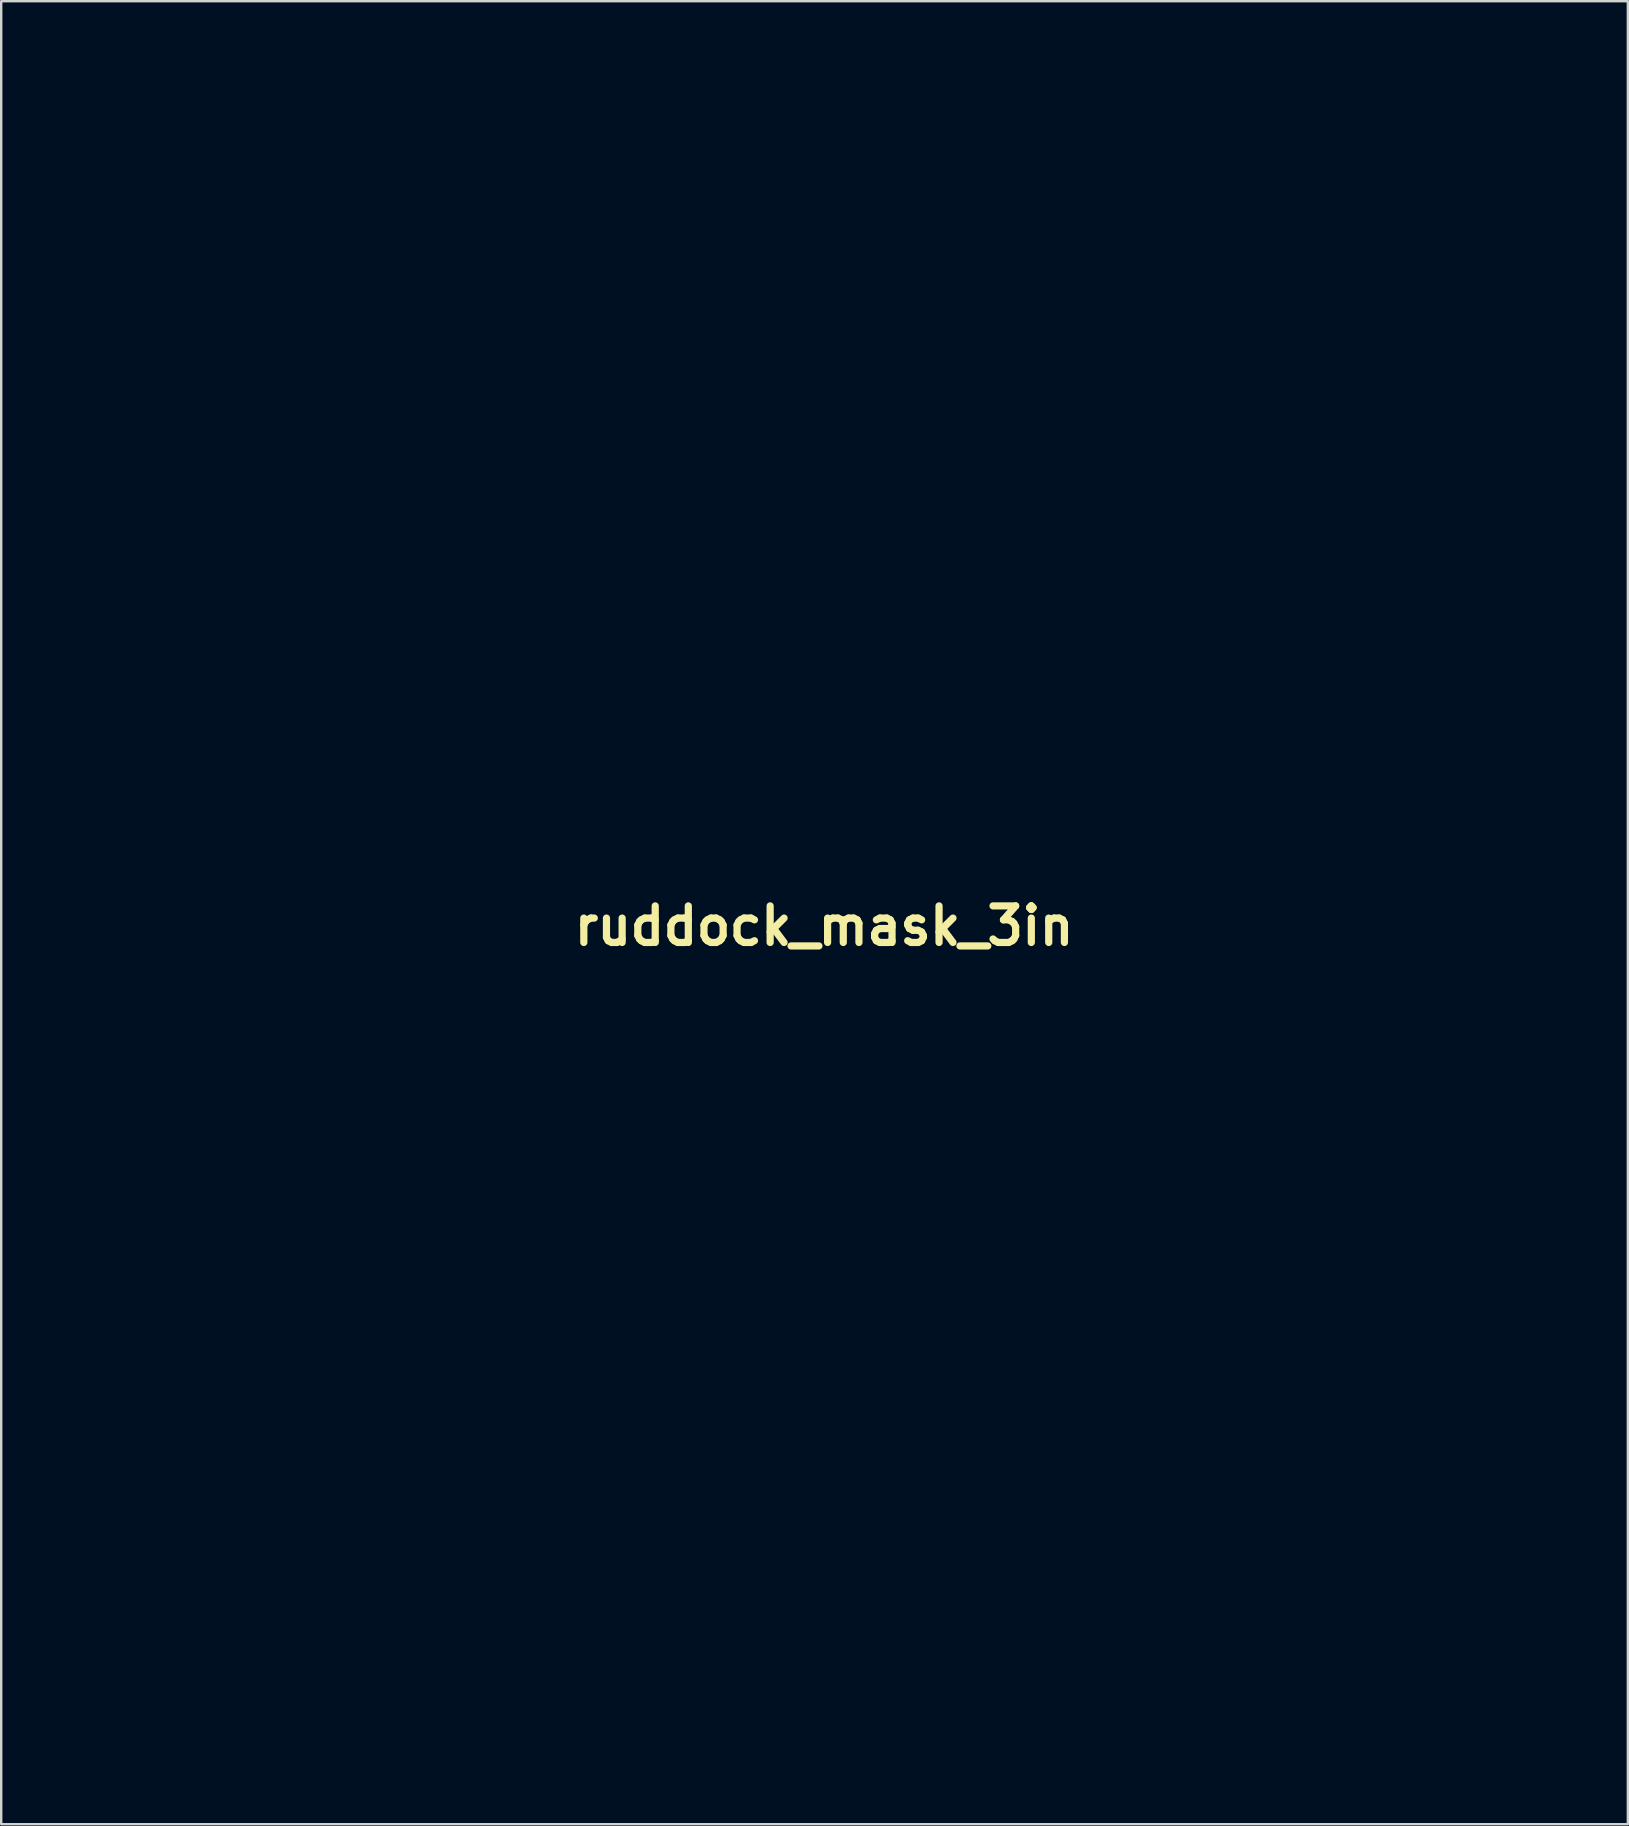
<source format=kicad_pcb>
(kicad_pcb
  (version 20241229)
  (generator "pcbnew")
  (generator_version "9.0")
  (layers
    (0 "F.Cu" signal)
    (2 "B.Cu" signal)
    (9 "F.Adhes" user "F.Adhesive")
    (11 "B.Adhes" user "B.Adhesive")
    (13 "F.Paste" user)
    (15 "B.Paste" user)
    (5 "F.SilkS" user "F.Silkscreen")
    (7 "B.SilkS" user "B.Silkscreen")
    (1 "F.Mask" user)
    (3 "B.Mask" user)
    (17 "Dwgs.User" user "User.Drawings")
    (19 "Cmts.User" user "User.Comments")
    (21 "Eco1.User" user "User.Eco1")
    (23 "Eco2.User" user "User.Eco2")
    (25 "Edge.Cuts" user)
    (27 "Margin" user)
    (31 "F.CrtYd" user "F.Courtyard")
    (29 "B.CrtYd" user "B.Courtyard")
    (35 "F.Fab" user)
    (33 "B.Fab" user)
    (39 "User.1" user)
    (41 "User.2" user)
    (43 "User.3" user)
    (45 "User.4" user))
  (footprint "ruddock_mask_3in"
    (layer "F.Cu")
    (at 31.298 35.541)
    (property "Reference" "ruddock_mask_3in" (at 0 0 0) (layer "F.SilkS") (effects (font (size 1.524 1.524) (thickness 0.3))))
    (attr through_hole)
    (fp_poly (pts (xy -19.635 14.041) (xy -19.385 14.143) (xy -19.037 14.311) (xy -18.627 14.525) (xy -18.194 14.764) (xy -17.774 15.008) (xy -17.405 15.239) (xy -17.172 15.399) (xy -16.813 15.693) (xy -16.474 16.017) (xy -16.247 16.28) (xy -16.075 16.532) (xy -15.987 16.739) (xy -15.963 16.982) (xy -15.984 17.342) (xy -15.987 17.374) (xy -16.03 17.706) (xy -16.111 18.183) (xy -16.22 18.752) (xy -16.347 19.359) (xy -16.415 19.66) (xy -16.558 20.306) (xy -16.658 20.806) (xy -16.719 21.209) (xy -16.748 21.565) (xy -16.752 21.925) (xy -16.741 22.25) (xy -16.679 22.937) (xy -16.549 23.499) (xy -16.324 24.014) (xy -15.977 24.555) (xy -15.846 24.732) (xy -15.612 25.066) (xy -15.516 25.302) (xy -15.572 25.485) (xy -15.791 25.661) (xy -16.154 25.857) (xy -16.716 26.081) (xy -17.268 26.159) (xy -17.838 26.115) (xy -18.564 25.918) (xy -19.16 25.568) (xy -19.632 25.058) (xy -19.985 24.383) (xy -20.02 24.292) (xy -20.153 23.975) (xy -20.279 23.751) (xy -20.365 23.673) (xy -20.507 23.741) (xy -20.71 23.91) (xy -20.767 23.967) (xy -21.029 24.177) (xy -21.374 24.329) (xy -21.835 24.432) (xy -22.446 24.493) (xy -22.823 24.512) (xy -23.751 24.547) (xy -23.561 24.288) (xy -23.456 24.069) (xy -23.344 23.712) (xy -23.243 23.282) (xy -23.215 23.132) (xy -23.079 22.469) (xy -22.923 21.96) (xy -22.73 21.554) (xy -22.633 21.402) (xy -22.561 21.239) (xy -22.656 21.122) (xy -22.696 21.097) (xy -23.374 20.605) (xy -23.894 20.042) (xy -24.212 19.531) (xy -24.57 18.95) (xy -24.957 18.503) (xy -25.347 18.216) (xy -25.58 18.128) (xy -25.821 18.072) (xy -25.959 18.037) (xy -25.962 17.984) (xy -25.816 17.894) (xy -25.566 17.784) (xy -25.26 17.673) (xy -24.942 17.579) (xy -24.659 17.519) (xy -24.613 17.512) (xy -24.3 17.496) (xy -24.052 17.548) (xy -23.776 17.696) (xy -23.656 17.775) (xy -23.326 17.965) (xy -22.889 18.176) (xy -22.43 18.367) (xy -22.357 18.394) (xy -21.603 18.614) (xy -20.954 18.688) (xy -20.421 18.619) (xy -20.015 18.406) (xy -19.766 18.095) (xy -19.645 17.724) (xy -19.57 17.199) (xy -19.544 16.565) (xy -19.568 15.865) (xy -19.645 15.143) (xy -19.645 15.14) (xy -19.704 14.698) (xy -19.742 14.336) (xy -19.756 14.097) (xy -19.748 14.024) (xy -19.635 14.041)) (stroke (width 0.01) (type solid)) (fill yes) (layer "F.Mask"))
    (fp_poly (pts (xy 19.507 12.387) (xy 19.517 12.577) (xy 19.544 12.918) (xy 19.585 13.372) (xy 19.636 13.905) (xy 19.693 14.481) (xy 19.753 15.065) (xy 19.812 15.62) (xy 19.866 16.112) (xy 19.912 16.504) (xy 19.946 16.761) (xy 19.964 16.848) (xy 20.113 16.871) (xy 20.411 16.82) (xy 20.82 16.709) (xy 21.305 16.546) (xy 21.828 16.344) (xy 22.29 16.143) (xy 23.027 15.838) (xy 23.785 15.585) (xy 24.518 15.395) (xy 25.175 15.282) (xy 25.709 15.258) (xy 25.744 15.26) (xy 26.161 15.291) (xy 25.637 15.626) (xy 25.138 16.049) (xy 24.656 16.665) (xy 24.195 17.469) (xy 23.995 17.89) (xy 23.832 18.241) (xy 23.692 18.459) (xy 23.52 18.601) (xy 23.258 18.722) (xy 23.066 18.795) (xy 22.735 18.936) (xy 22.487 19.075) (xy 22.38 19.175) (xy 22.417 19.326) (xy 22.579 19.563) (xy 22.75 19.752) (xy 23.04 20.1) (xy 23.247 20.494) (xy 23.382 20.888) (xy 23.534 21.309) (xy 23.726 21.711) (xy 23.895 21.978) (xy 24.065 22.209) (xy 24.156 22.368) (xy 24.161 22.406) (xy 24.049 22.404) (xy 23.802 22.357) (xy 23.566 22.299) (xy 23.167 22.222) (xy 22.679 22.168) (xy 22.263 22.15) (xy 21.832 22.137) (xy 21.516 22.086) (xy 21.225 21.974) (xy 20.955 21.83) (xy 20.398 21.511) (xy 20.456 21.906) (xy 20.515 22.283) (xy 20.577 22.653) (xy 20.58 22.669) (xy 20.561 23.111) (xy 20.371 23.578) (xy 20.13 23.912) (xy 19.742 24.209) (xy 19.211 24.404) (xy 18.57 24.489) (xy 17.858 24.458) (xy 17.628 24.423) (xy 17.157 24.355) (xy 16.662 24.307) (xy 16.329 24.29) (xy 15.741 24.282) (xy 16.106 23.962) (xy 16.443 23.599) (xy 16.712 23.147) (xy 16.939 22.557) (xy 17.005 22.336) (xy 17.099 21.936) (xy 17.152 21.508) (xy 17.162 21.025) (xy 17.127 20.458) (xy 17.047 19.78) (xy 16.918 18.964) (xy 16.739 17.983) (xy 16.713 17.847) (xy 16.583 17.156) (xy 16.468 16.511) (xy 16.372 15.946) (xy 16.302 15.495) (xy 16.263 15.19) (xy 16.256 15.094) (xy 16.283 14.755) (xy 16.384 14.476) (xy 16.585 14.229) (xy 16.912 13.982) (xy 17.395 13.705) (xy 17.595 13.6) (xy 18.065 13.341) (xy 18.517 13.061) (xy 18.887 12.799) (xy 19.067 12.648) (xy 19.332 12.417) (xy 19.478 12.344) (xy 19.507 12.387)) (stroke (width 0.01) (type solid)) (fill yes) (layer "F.Mask"))
    (fp_poly (pts (xy -26.965 -3.652) (xy -26.658 -3.555) (xy -26.335 -3.404) (xy -26.087 -3.307) (xy -25.798 -3.273) (xy -25.395 -3.292) (xy -25.319 -3.3) (xy -24.638 -3.368) (xy -24.356 -2.725) (xy -23.858 -1.821) (xy -23.221 -1.062) (xy -22.436 -0.442) (xy -21.701 -0.042) (xy -21.386 0.09) (xy -21.059 0.196) (xy -20.688 0.282) (xy -20.24 0.352) (xy -19.684 0.411) (xy -18.988 0.466) (xy -18.173 0.517) (xy -17.348 0.558) (xy -16.693 0.573) (xy -16.177 0.558) (xy -15.767 0.508) (xy -15.433 0.42) (xy -15.142 0.288) (xy -14.862 0.111) (xy -14.835 0.091) (xy -14.603 -0.067) (xy -14.455 -0.149) (xy -14.427 -0.149) (xy -14.491 -0.052) (xy -14.66 0.148) (xy -14.893 0.406) (xy -15.164 0.668) (xy -15.446 0.87) (xy -15.781 1.03) (xy -16.21 1.165) (xy -16.776 1.294) (xy -17.17 1.369) (xy -18.044 1.549) (xy -18.801 1.744) (xy -19.415 1.946) (xy -19.859 2.146) (xy -19.941 2.196) (xy -20.214 2.348) (xy -20.403 2.379) (xy -20.524 2.336) (xy -20.753 2.123) (xy -20.937 1.794) (xy -21.028 1.439) (xy -21.031 1.37) (xy -21.056 1.183) (xy -21.167 1.15) (xy -21.26 1.173) (xy -21.822 1.404) (xy -22.254 1.737) (xy -22.488 2.018) (xy -22.742 2.388) (xy -22.898 2.685) (xy -22.988 2.991) (xy -23.044 3.391) (xy -23.055 3.504) (xy -23.111 3.886) (xy -23.192 4.089) (xy -23.266 4.137) (xy -23.428 4.111) (xy -23.718 4.02) (xy -24.079 3.881) (xy -24.152 3.85) (xy -24.63 3.614) (xy -25.015 3.357) (xy -25.183 3.2) (xy -25.405 2.88) (xy -25.618 2.461) (xy -25.791 2.017) (xy -25.894 1.624) (xy -25.908 1.468) (xy -25.869 1.27) (xy -25.764 0.94) (xy -25.611 0.532) (xy -25.502 0.266) (xy -25.32 -0.175) (xy -25.166 -0.583) (xy -25.06 -0.898) (xy -25.03 -1.014) (xy -24.964 -1.344) (xy -25.41 -1.274) (xy -25.917 -1.143) (xy -26.433 -0.923) (xy -26.884 -0.65) (xy -27.18 -0.386) (xy -27.645 0.319) (xy -27.988 1.173) (xy -28.202 2.162) (xy -28.27 2.876) (xy -28.296 3.364) (xy -29.467 3.839) (xy -29.408 3.012) (xy -29.366 2.543) (xy -29.313 2.082) (xy -29.258 1.722) (xy -29.254 1.697) (xy -29.189 1.346) (xy -29.177 1.141) (xy -29.236 1.03) (xy -29.384 0.958) (xy -29.508 0.917) (xy -29.984 0.677) (xy -30.49 0.273) (xy -30.933 -0.199) (xy -31.154 -0.494) (xy -31.261 -0.752) (xy -31.292 -1.07) (xy -31.293 -1.136) (xy -31.293 -1.644) (xy -30.98 -1.381) (xy -30.581 -1.165) (xy -30.112 -1.134) (xy -29.567 -1.289) (xy -29.464 -1.334) (xy -29.007 -1.546) (xy -29.52 -1.725) (xy -29.885 -1.863) (xy -30.224 -2.007) (xy -30.346 -2.066) (xy -30.558 -2.208) (xy -30.789 -2.411) (xy -30.997 -2.627) (xy -31.134 -2.809) (xy -31.158 -2.912) (xy -31.018 -2.976) (xy -30.721 -3.067) (xy -30.31 -3.176) (xy -29.827 -3.292) (xy -29.314 -3.406) (xy -28.814 -3.506) (xy -28.37 -3.583) (xy -28.253 -3.601) (xy -27.704 -3.668) (xy -27.294 -3.687) (xy -26.965 -3.652)) (stroke (width 0.01) (type solid)) (fill yes) (layer "F.Mask"))
    (fp_poly (pts (xy 28.412 -5.908) (xy 29.149 -5.757) (xy 29.652 -5.625) (xy 29.645 -5.555) (xy 29.495 -5.406) (xy 29.233 -5.207) (xy 29.195 -5.18) (xy 28.804 -4.898) (xy 28.402 -4.585) (xy 28.143 -4.368) (xy 27.686 -3.963) (xy 28.245 -3.968) (xy 28.826 -4.013) (xy 29.254 -4.144) (xy 29.568 -4.378) (xy 29.744 -4.623) (xy 29.98 -5.029) (xy 29.95 -3.893) (xy 29.935 -3.396) (xy 29.914 -3.056) (xy 29.875 -2.829) (xy 29.808 -2.669) (xy 29.704 -2.53) (xy 29.616 -2.436) (xy 29.309 -2.153) (xy 28.985 -1.958) (xy 28.575 -1.816) (xy 28.167 -1.724) (xy 27.841 -1.652) (xy 27.612 -1.588) (xy 27.534 -1.548) (xy 27.596 -1.451) (xy 27.755 -1.256) (xy 27.88 -1.115) (xy 28.174 -0.662) (xy 28.366 -0.107) (xy 28.432 0.464) (xy 28.405 0.759) (xy 28.338 1.004) (xy 28.247 1.084) (xy 28.162 1.068) (xy 27.623 0.94) (xy 27.147 0.994) (xy 27.132 0.999) (xy 26.92 1.059) (xy 26.835 1.019) (xy 26.821 0.884) (xy 26.758 0.331) (xy 26.591 -0.324) (xy 26.341 -1.023) (xy 26.031 -1.708) (xy 25.68 -2.32) (xy 25.583 -2.464) (xy 25.41 -2.658) (xy 25.162 -2.876) (xy 24.889 -3.083) (xy 24.64 -3.243) (xy 24.463 -3.32) (xy 24.413 -3.314) (xy 24.401 -3.198) (xy 24.404 -2.914) (xy 24.421 -2.497) (xy 24.451 -1.98) (xy 24.482 -1.538) (xy 24.52 -0.944) (xy 24.545 -0.4) (xy 24.556 0.054) (xy 24.552 0.375) (xy 24.539 0.498) (xy 24.339 0.976) (xy 23.981 1.431) (xy 23.506 1.826) (xy 22.957 2.124) (xy 22.428 2.28) (xy 22.047 2.346) (xy 22.047 1.747) (xy 22.028 1.359) (xy 21.953 1.076) (xy 21.793 0.805) (xy 21.754 0.752) (xy 21.546 0.501) (xy 21.258 0.191) (xy 20.921 -0.148) (xy 20.564 -0.488) (xy 20.219 -0.801) (xy 19.916 -1.06) (xy 19.685 -1.234) (xy 19.558 -1.297) (xy 19.547 -1.293) (xy 19.55 -1.18) (xy 19.609 -0.957) (xy 19.622 -0.921) (xy 19.673 -0.51) (xy 19.583 -0.078) (xy 19.373 0.285) (xy 19.308 0.352) (xy 19.185 0.449) (xy 19.061 0.48) (xy 18.876 0.443) (xy 18.568 0.336) (xy 18.519 0.319) (xy 18.104 0.192) (xy 17.602 0.075) (xy 17.17 0.001) (xy 16.182 -0.166) (xy 15.387 -0.376) (xy 14.777 -0.634) (xy 14.348 -0.94) (xy 14.284 -1.005) (xy 14.175 -1.136) (xy 14.166 -1.199) (xy 14.282 -1.196) (xy 14.55 -1.129) (xy 14.813 -1.054) (xy 15.428 -0.953) (xy 16.163 -0.96) (xy 16.969 -1.067) (xy 17.799 -1.266) (xy 18.604 -1.549) (xy 19.05 -1.752) (xy 19.491 -2.024) (xy 20.013 -2.423) (xy 20.578 -2.914) (xy 21.147 -3.459) (xy 21.682 -4.021) (xy 22.146 -4.564) (xy 22.499 -5.051) (xy 22.549 -5.131) (xy 22.697 -5.377) (xy 22.793 -5.535) (xy 22.811 -5.564) (xy 22.907 -5.549) (xy 23.131 -5.482) (xy 23.263 -5.437) (xy 23.747 -5.317) (xy 24.27 -5.299) (xy 24.875 -5.383) (xy 25.605 -5.574) (xy 25.667 -5.593) (xy 26.447 -5.81) (xy 27.123 -5.935) (xy 27.757 -5.967) (xy 28.412 -5.908)) (stroke (width 0.01) (type solid)) (fill yes) (layer "F.Mask"))
    (fp_poly (pts (xy 25.105 -2.155) (xy 25.222 -1.95) (xy 25.381 -1.636) (xy 25.564 -1.253) (xy 25.751 -0.842) (xy 25.924 -0.441) (xy 26.065 -0.091) (xy 26.156 0.169) (xy 26.165 0.203) (xy 26.267 0.677) (xy 26.304 1.122) (xy 26.275 1.606) (xy 26.18 2.196) (xy 26.142 2.387) (xy 26.073 2.735) (xy 26.033 3.012) (xy 26.023 3.273) (xy 26.044 3.569) (xy 26.097 3.952) (xy 26.185 4.476) (xy 26.2 4.565) (xy 26.37 5.459) (xy 26.544 6.173) (xy 26.728 6.731) (xy 26.931 7.157) (xy 27.072 7.369) (xy 27.33 7.642) (xy 27.716 7.946) (xy 28.249 8.294) (xy 28.943 8.695) (xy 29.448 8.968) (xy 30.493 9.523) (xy 30.105 9.677) (xy 29.442 9.895) (xy 28.838 10.005) (xy 28.335 9.999) (xy 28.197 9.971) (xy 27.936 9.913) (xy 27.771 9.902) (xy 27.75 9.91) (xy 27.771 10.015) (xy 27.886 10.212) (xy 27.922 10.263) (xy 28.144 10.567) (xy 28.369 10.877) (xy 28.372 10.88) (xy 28.485 11.063) (xy 28.553 11.264) (xy 28.584 11.54) (xy 28.591 11.948) (xy 28.589 12.084) (xy 28.576 12.543) (xy 28.55 12.972) (xy 28.517 13.294) (xy 28.507 13.353) (xy 28.436 13.732) (xy 27.938 13.267) (xy 27.585 12.977) (xy 27.299 12.822) (xy 27.191 12.802) (xy 26.933 12.716) (xy 26.653 12.483) (xy 26.642 12.471) (xy 26.396 12.199) (xy 26.101 11.873) (xy 25.946 11.701) (xy 25.549 11.261) (xy 25.054 11.985) (xy 24.82 12.307) (xy 24.617 12.546) (xy 24.478 12.665) (xy 24.449 12.671) (xy 24.341 12.574) (xy 24.158 12.352) (xy 23.938 12.05) (xy 23.903 12) (xy 23.678 11.657) (xy 23.548 11.398) (xy 23.488 11.144) (xy 23.472 10.818) (xy 23.472 10.687) (xy 23.502 10.225) (xy 23.579 9.694) (xy 23.675 9.252) (xy 23.823 8.591) (xy 23.87 8.103) (xy 23.814 7.788) (xy 23.792 7.747) (xy 23.666 7.717) (xy 23.439 7.802) (xy 23.155 7.974) (xy 22.859 8.206) (xy 22.592 8.469) (xy 22.507 8.572) (xy 22.361 8.802) (xy 22.251 9.081) (xy 22.162 9.462) (xy 22.087 9.929) (xy 21.999 10.444) (xy 21.887 10.965) (xy 21.771 11.403) (xy 21.73 11.532) (xy 21.602 11.852) (xy 21.422 12.25) (xy 21.212 12.681) (xy 20.995 13.102) (xy 20.794 13.469) (xy 20.63 13.738) (xy 20.526 13.867) (xy 20.525 13.867) (xy 20.47 13.801) (xy 20.401 13.579) (xy 20.334 13.246) (xy 20.323 13.183) (xy 20.256 12.768) (xy 20.169 12.232) (xy 20.074 11.654) (xy 20.009 11.261) (xy 19.932 10.79) (xy 19.868 10.393) (xy 19.825 10.112) (xy 19.809 9.991) (xy 19.768 10.031) (xy 19.663 10.216) (xy 19.515 10.508) (xy 19.5 10.539) (xy 19.168 11.1) (xy 18.747 11.628) (xy 18.28 12.08) (xy 17.81 12.412) (xy 17.526 12.542) (xy 16.913 12.77) (xy 16.461 12.997) (xy 16.133 13.261) (xy 15.889 13.594) (xy 15.692 14.033) (xy 15.6 14.3) (xy 15.489 14.628) (xy 15.418 14.788) (xy 15.367 14.807) (xy 15.316 14.71) (xy 15.31 14.695) (xy 15.227 14.386) (xy 15.145 13.925) (xy 15.071 13.364) (xy 15.011 12.753) (xy 14.968 12.143) (xy 14.949 11.586) (xy 14.952 11.293) (xy 14.971 10.796) (xy 15.003 10.434) (xy 15.064 10.14) (xy 15.17 9.846) (xy 15.338 9.484) (xy 15.434 9.288) (xy 15.806 8.622) (xy 16.211 8.081) (xy 16.478 7.798) (xy 17.074 7.214) (xy 16.652 7.214) (xy 16.125 7.116) (xy 15.632 6.838) (xy 15.189 6.402) (xy 14.815 5.83) (xy 14.529 5.145) (xy 14.358 4.429) (xy 14.326 4.177) (xy 14.356 4.078) (xy 14.476 4.084) (xy 14.539 4.101) (xy 15.159 4.23) (xy 15.633 4.222) (xy 15.949 4.086) (xy 16.2 3.883) (xy 15.834 3.73) (xy 15.587 3.586) (xy 15.386 3.358) (xy 15.183 2.994) (xy 14.898 2.411) (xy 15.236 1.785) (xy 15.439 1.363) (xy 15.527 1.046) (xy 15.526 0.834) (xy 15.503 0.612) (xy 15.51 0.509) (xy 15.512 0.508) (xy 15.597 0.569) (xy 15.813 0.739) (xy 16.131 0.996) (xy 16.525 1.318) (xy 16.836 1.575) (xy 17.272 1.931) (xy 17.653 2.237) (xy 17.952 2.471) (xy 18.143 2.611) (xy 18.197 2.642) (xy 18.271 2.556) (xy 18.327 2.397) (xy 18.423 2.224) (xy 18.631 1.954) (xy 18.918 1.626) (xy 19.151 1.382) (xy 19.914 0.612) (xy 19.914 1.281) (xy 19.922 1.654) (xy 19.962 1.892) (xy 20.056 2.066) (xy 20.227 2.243) (xy 20.228 2.244) (xy 20.56 2.484) (xy 20.97 2.64) (xy 21.493 2.719) (xy 22.167 2.729) (xy 22.352 2.723) (xy 22.955 2.678) (xy 23.417 2.586) (xy 23.801 2.423) (xy 24.166 2.166) (xy 24.468 1.894) (xy 24.799 1.542) (xy 25.033 1.193) (xy 25.178 0.808) (xy 25.243 0.348) (xy 25.238 -0.225) (xy 25.172 -0.951) (xy 25.159 -1.067) (xy 25.107 -1.518) (xy 25.068 -1.887) (xy 25.048 -2.133) (xy 25.047 -2.213) (xy 25.105 -2.155)) (stroke (width 0.01) (type solid)) (fill yes) (layer "F.Mask"))
    (fp_poly (pts (xy 0.784 -35.521) (xy 0.793 -35.402) (xy 0.762 -35.155) (xy 0.733 -35.008) (xy 0.688 -34.704) (xy 0.727 -34.563) (xy 0.865 -34.58) (xy 1.117 -34.753) (xy 1.282 -34.89) (xy 1.783 -35.217) (xy 2.318 -35.39) (xy 2.845 -35.404) (xy 3.321 -35.255) (xy 3.506 -35.135) (xy 3.71 -34.943) (xy 3.73 -34.814) (xy 3.565 -34.723) (xy 3.48 -34.7) (xy 3.173 -34.588) (xy 2.813 -34.406) (xy 2.461 -34.192) (xy 2.177 -33.982) (xy 2.022 -33.814) (xy 1.952 -33.59) (xy 2.028 -33.485) (xy 2.226 -33.506) (xy 2.525 -33.659) (xy 2.546 -33.672) (xy 3.003 -33.921) (xy 3.409 -34.006) (xy 3.826 -33.931) (xy 4.145 -33.792) (xy 4.473 -33.646) (xy 4.761 -33.55) (xy 4.893 -33.528) (xy 5.118 -33.528) (xy 4.91 -33.334) (xy 4.766 -33.157) (xy 4.565 -32.855) (xy 4.344 -32.485) (xy 4.276 -32.364) (xy 3.88 -31.758) (xy 3.466 -31.354) (xy 3.033 -31.151) (xy 2.58 -31.149) (xy 2.277 -31.253) (xy 2.032 -31.359) (xy 1.897 -31.371) (xy 1.802 -31.292) (xy 1.782 -31.264) (xy 1.675 -31.154) (xy 1.567 -31.196) (xy 1.491 -31.267) (xy 1.325 -31.374) (xy 1.21 -31.324) (xy 1.034 -31.264) (xy 0.697 -31.251) (xy 0.473 -31.264) (xy -0.152 -31.316) (xy 0.192 -31.054) (xy 0.785 -30.505) (xy 1.342 -29.802) (xy 1.833 -28.997) (xy 2.226 -28.138) (xy 2.493 -27.277) (xy 2.499 -27.25) (xy 2.574 -26.864) (xy 2.615 -26.499) (xy 2.625 -26.094) (xy 2.607 -25.586) (xy 2.582 -25.203) (xy 2.516 -23.928) (xy 2.497 -22.699) (xy 2.521 -21.54) (xy 2.588 -20.475) (xy 2.695 -19.529) (xy 2.842 -18.725) (xy 3.025 -18.088) (xy 3.103 -17.898) (xy 3.489 -17.201) (xy 3.933 -16.69) (xy 4.452 -16.355) (xy 5.061 -16.184) (xy 5.499 -16.154) (xy 6.043 -16.195) (xy 6.461 -16.323) (xy 6.529 -16.358) (xy 6.76 -16.47) (xy 6.895 -16.514) (xy 6.909 -16.507) (xy 6.866 -16.393) (xy 6.758 -16.159) (xy 6.66 -15.961) (xy 6.333 -15.46) (xy 5.945 -15.099) (xy 5.528 -14.906) (xy 5.458 -14.893) (xy 4.76 -14.808) (xy 4.183 -14.793) (xy 3.658 -14.845) (xy 3.658 -14.845) (xy 2.849 -15.046) (xy 2.186 -15.36) (xy 1.965 -15.513) (xy 1.618 -15.778) (xy 0.326 -15.506) (xy -0.212 -15.395) (xy -0.604 -15.325) (xy -0.901 -15.292) (xy -1.157 -15.293) (xy -1.424 -15.325) (xy -1.728 -15.381) (xy -2.141 -15.468) (xy -2.512 -15.558) (xy -2.765 -15.634) (xy -2.776 -15.638) (xy -2.967 -15.688) (xy -3.147 -15.656) (xy -3.386 -15.523) (xy -3.513 -15.438) (xy -4.029 -15.121) (xy -4.495 -14.933) (xy -4.995 -14.847) (xy -5.377 -14.834) (xy -6.369 -14.907) (xy -7.238 -15.132) (xy -7.671 -15.32) (xy -8.179 -15.579) (xy -7.823 -15.668) (xy -7.11 -15.863) (xy -6.557 -16.064) (xy -6.131 -16.302) (xy -5.801 -16.609) (xy -5.536 -17.015) (xy -5.302 -17.552) (xy -5.069 -18.251) (xy -5.017 -18.422) (xy -4.929 -18.739) (xy -4.86 -19.056) (xy -4.806 -19.411) (xy -4.763 -19.841) (xy -4.726 -20.382) (xy -4.691 -21.074) (xy -4.676 -21.438) (xy -4.645 -22.215) (xy -4.617 -23.046) (xy -4.591 -23.865) (xy -4.572 -24.607) (xy -4.56 -25.18) (xy -4.553 -25.811) (xy -4.56 -26.268) (xy -4.589 -26.579) (xy -4.65 -26.771) (xy -4.749 -26.873) (xy -4.897 -26.914) (xy -5.086 -26.922) (xy -5.305 -26.951) (xy -5.601 -27.024) (xy -5.927 -27.125) (xy -6.235 -27.237) (xy -6.478 -27.343) (xy -6.61 -27.426) (xy -6.604 -27.464) (xy -6.444 -27.491) (xy -6.13 -27.519) (xy -5.712 -27.545) (xy -5.356 -27.561) (xy -4.737 -27.601) (xy -4.316 -27.667) (xy -4.095 -27.759) (xy -4.074 -27.876) (xy -4.105 -27.913) (xy -4.23 -27.944) (xy -4.518 -27.975) (xy -4.929 -28.002) (xy -5.421 -28.022) (xy -5.52 -28.025) (xy -6.024 -28.044) (xy -6.455 -28.071) (xy -6.772 -28.102) (xy -6.934 -28.135) (xy -6.943 -28.141) (xy -6.932 -28.211) (xy -6.757 -28.262) (xy -6.458 -28.293) (xy -6.073 -28.303) (xy -5.641 -28.291) (xy -5.2 -28.256) (xy -4.791 -28.198) (xy -4.736 -28.188) (xy -4.256 -28.103) (xy -3.944 -28.074) (xy -3.772 -28.1) (xy -3.739 -28.123) (xy -3.742 -28.229) (xy -3.913 -28.355) (xy -4.221 -28.494) (xy -4.632 -28.635) (xy -5.114 -28.769) (xy -5.635 -28.888) (xy -6.163 -28.981) (xy -6.664 -29.041) (xy -7.033 -29.057) (xy -7.339 -29.015) (xy -7.723 -28.906) (xy -7.972 -28.81) (xy -8.532 -28.562) (xy -8.379 -28.937) (xy -8.06 -29.462) (xy -7.596 -29.868) (xy -7.024 -30.126) (xy -6.848 -30.167) (xy -6.274 -30.285) (xy -5.867 -30.393) (xy -5.589 -30.505) (xy -5.405 -30.634) (xy -5.311 -30.744) (xy -5.032 -31.131) (xy -4.821 -31.381) (xy -4.64 -31.52) (xy -2.902 -31.52) (xy -2.802 -31.504) (xy -2.671 -31.523) (xy -2.669 -31.557) (xy -2.805 -31.582) (xy -2.864 -31.565) (xy -2.902 -31.52) (xy -4.64 -31.52) (xy -4.637 -31.523) (xy -4.435 -31.59) (xy -4.174 -31.613) (xy -4.131 -31.615) (xy -3.855 -31.626) (xy -3.772 -31.64) (xy -3.871 -31.659) (xy -3.988 -31.672) (xy -4.239 -31.716) (xy -4.347 -31.809) (xy -4.369 -31.995) (xy -4.308 -32.23) (xy -4.159 -32.491) (xy -3.973 -32.709) (xy -3.797 -32.815) (xy -3.776 -32.817) (xy -3.677 -32.732) (xy -3.628 -32.614) (xy -3.529 -32.44) (xy -3.362 -32.448) (xy -3.118 -32.637) (xy -3.094 -32.66) (xy -2.928 -32.88) (xy -2.856 -33.155) (xy -2.845 -33.404) (xy -2.818 -33.759) (xy -2.72 -33.995) (xy -2.61 -34.12) (xy -2.278 -34.301) (xy -1.883 -34.318) (xy -1.524 -34.188) (xy -1.258 -34.065) (xy -1.099 -34.089) (xy -1.009 -34.284) (xy -0.972 -34.481) (xy -0.887 -34.8) (xy -0.755 -35.053) (xy -0.71 -35.104) (xy -0.536 -35.203) (xy -0.251 -35.313) (xy 0.085 -35.416) (xy 0.41 -35.496) (xy 0.665 -35.536) (xy 0.784 -35.521)) (stroke (width 0.01) (type solid)) (fill yes) (layer "F.Mask"))
    (fp_poly (pts (xy 20.027 -27.022) (xy 20.063 -26.796) (xy 20.092 -26.443) (xy 20.107 -26.038) (xy 20.107 -26.032) (xy 20.096 -25.571) (xy 20.038 -25.223) (xy 19.916 -24.898) (xy 19.867 -24.799) (xy 19.561 -24.345) (xy 19.161 -23.965) (xy 18.717 -23.696) (xy 18.28 -23.574) (xy 18.204 -23.571) (xy 17.93 -23.549) (xy 17.752 -23.492) (xy 17.73 -23.471) (xy 17.742 -23.333) (xy 17.84 -23.091) (xy 17.927 -22.929) (xy 18.134 -22.47) (xy 18.171 -22.048) (xy 18.036 -21.613) (xy 17.831 -21.262) (xy 17.619 -20.91) (xy 17.51 -20.598) (xy 17.5 -20.266) (xy 17.585 -19.857) (xy 17.713 -19.449) (xy 17.787 -19.222) (xy 17.843 -19.014) (xy 17.883 -18.796) (xy 17.909 -18.536) (xy 17.923 -18.204) (xy 17.926 -17.769) (xy 17.92 -17.199) (xy 17.907 -16.465) (xy 17.903 -16.253) (xy 17.856 -13.761) (xy 18.164 -13.155) (xy 18.359 -12.801) (xy 18.556 -12.491) (xy 18.69 -12.318) (xy 18.932 -12.095) (xy 19.178 -11.915) (xy 19.377 -11.813) (xy 19.467 -11.813) (xy 19.533 -11.976) (xy 19.594 -12.298) (xy 19.645 -12.736) (xy 19.683 -13.246) (xy 19.705 -13.783) (xy 19.708 -14.304) (xy 19.689 -14.734) (xy 19.654 -15.84) (xy 19.713 -16.87) (xy 19.86 -17.789) (xy 20.093 -18.564) (xy 20.164 -18.73) (xy 20.396 -19.184) (xy 20.603 -19.466) (xy 20.769 -19.587) (xy 20.969 -19.675) (xy 21.061 -19.71) (xy 21.074 -19.619) (xy 21.083 -19.391) (xy 21.084 -19.278) (xy 21.14 -18.901) (xy 21.312 -18.428) (xy 21.49 -18.055) (xy 21.682 -17.697) (xy 21.848 -17.418) (xy 21.962 -17.261) (xy 21.988 -17.242) (xy 22.071 -17.317) (xy 22.179 -17.531) (xy 22.242 -17.696) (xy 22.33 -17.918) (xy 22.444 -18.101) (xy 22.622 -18.279) (xy 22.899 -18.488) (xy 23.312 -18.766) (xy 23.334 -18.78) (xy 23.803 -19.11) (xy 24.196 -19.429) (xy 24.469 -19.701) (xy 24.527 -19.777) (xy 24.79 -20.164) (xy 24.79 -19.732) (xy 24.83 -19.4) (xy 24.934 -18.989) (xy 25.04 -18.685) (xy 25.191 -18.242) (xy 25.311 -17.76) (xy 25.357 -17.481) (xy 25.384 -17.115) (xy 25.352 -16.85) (xy 25.241 -16.585) (xy 25.145 -16.416) (xy 25.002 -16.143) (xy 24.929 -15.943) (xy 24.931 -15.878) (xy 25.048 -15.879) (xy 25.32 -15.928) (xy 25.704 -16.017) (xy 26.137 -16.131) (xy 26.722 -16.285) (xy 27.298 -16.425) (xy 27.822 -16.541) (xy 28.248 -16.623) (xy 28.534 -16.661) (xy 28.576 -16.662) (xy 28.553 -16.601) (xy 28.407 -16.438) (xy 28.169 -16.207) (xy 28.125 -16.167) (xy 27.7 -15.704) (xy 27.278 -15.093) (xy 27.033 -14.668) (xy 26.771 -14.198) (xy 26.536 -13.805) (xy 26.301 -13.452) (xy 26.036 -13.101) (xy 25.714 -12.713) (xy 25.306 -12.25) (xy 24.838 -11.735) (xy 24.324 -11.153) (xy 23.94 -10.657) (xy 23.662 -10.2) (xy 23.465 -9.736) (xy 23.327 -9.217) (xy 23.224 -8.595) (xy 23.211 -8.497) (xy 23.019 -7.505) (xy 22.699 -6.564) (xy 22.535 -6.18) (xy 22.38 -5.873) (xy 22.203 -5.597) (xy 21.97 -5.307) (xy 21.65 -4.958) (xy 21.295 -4.592) (xy 20.648 -3.968) (xy 19.976 -3.385) (xy 19.31 -2.865) (xy 18.68 -2.432) (xy 18.12 -2.109) (xy 17.689 -1.929) (xy 17.3 -1.826) (xy 16.81 -1.721) (xy 16.321 -1.633) (xy 16.285 -1.627) (xy 15.45 -1.5) (xy 14.532 -1.867) (xy 13.932 -2.142) (xy 13.23 -2.529) (xy 12.414 -3.035) (xy 11.473 -3.667) (xy 10.414 -4.419) (xy 9.988 -4.722) (xy 9.59 -4.995) (xy 9.266 -5.207) (xy 9.068 -5.324) (xy 8.738 -5.492) (xy 8.738 -5.142) (xy 8.748 -4.958) (xy 8.806 -4.831) (xy 8.953 -4.726) (xy 9.229 -4.606) (xy 9.425 -4.53) (xy 9.732 -4.401) (xy 10.001 -4.253) (xy 10.272 -4.056) (xy 10.588 -3.777) (xy 10.989 -3.387) (xy 11.103 -3.274) (xy 11.557 -2.804) (xy 11.883 -2.431) (xy 12.108 -2.121) (xy 12.258 -1.839) (xy 12.295 -1.748) (xy 12.406 -1.44) (xy 12.48 -1.209) (xy 12.497 -1.127) (xy 12.415 -1.002) (xy 12.19 -0.983) (xy 11.851 -1.068) (xy 11.608 -1.167) (xy 11.243 -1.328) (xy 11.024 -1.399) (xy 10.914 -1.379) (xy 10.875 -1.266) (xy 10.871 -1.139) (xy 10.929 -0.907) (xy 11.119 -0.631) (xy 11.365 -0.37) (xy 11.629 -0.098) (xy 11.769 0.094) (xy 11.813 0.258) (xy 11.793 0.439) (xy 11.686 0.675) (xy 11.475 0.787) (xy 11.143 0.776) (xy 10.675 0.643) (xy 10.328 0.508) (xy 9.568 0.192) (xy 9.4 -0.59) (xy 9.317 -0.973) (xy 9.248 -1.281) (xy 9.206 -1.458) (xy 9.201 -1.473) (xy 9.149 -1.436) (xy 9.035 -1.249) (xy 8.883 -0.947) (xy 8.821 -0.815) (xy 8.472 -0.055) (xy 7.647 -1.27) (xy 7.698 -2.499) (xy 7.716 -3.024) (xy 7.718 -3.38) (xy 7.701 -3.603) (xy 7.662 -3.726) (xy 7.597 -3.785) (xy 7.582 -3.791) (xy 7.475 -3.797) (xy 7.427 -3.678) (xy 7.417 -3.446) (xy 7.322 -2.959) (xy 7.181 -2.691) (xy 6.946 -2.344) (xy 6.731 -2.786) (xy 6.622 -3.039) (xy 6.568 -3.274) (xy 6.561 -3.561) (xy 6.593 -3.971) (xy 6.598 -4.027) (xy 6.68 -4.826) (xy 6.017 -5.511) (xy 5.498 -5.219) (xy 5.188 -5.025) (xy 5.028 -4.862) (xy 4.979 -4.689) (xy 4.979 -4.671) (xy 5.043 -4.354) (xy 5.232 -3.896) (xy 5.54 -3.307) (xy 5.959 -2.601) (xy 6.482 -1.789) (xy 6.683 -1.491) (xy 7.069 -0.917) (xy 7.355 -0.471) (xy 7.559 -0.118) (xy 7.701 0.177) (xy 7.799 0.451) (xy 7.867 0.713) (xy 7.95 1.138) (xy 8.008 1.548) (xy 8.026 1.823) (xy 8.026 2.235) (xy 13.818 2.235) (xy 13.818 14.888) (xy 13.818 27.54) (xy 13.574 28.021) (xy 13.332 28.443) (xy 13.023 28.9) (xy 12.689 29.338) (xy 12.372 29.703) (xy 12.119 29.935) (xy 11.693 30.204) (xy 11.099 30.511) (xy 10.364 30.847) (xy 9.519 31.198) (xy 8.591 31.554) (xy 7.608 31.902) (xy 6.6 32.231) (xy 6.198 32.355) (xy 5.163 32.668) (xy 4.304 32.935) (xy 3.599 33.164) (xy 3.028 33.363) (xy 2.569 33.54) (xy 2.202 33.703) (xy 1.906 33.859) (xy 1.66 34.018) (xy 1.448 34.183) (xy 1.231 34.346) (xy 1.075 34.431) (xy 1.052 34.434) (xy 0.929 34.393) (xy 0.66 34.288) (xy 0.287 34.134) (xy -0.102 33.97) (xy -0.639 33.749) (xy -1.123 33.572) (xy -1.601 33.429) (xy -2.116 33.308) (xy -2.715 33.198) (xy -3.443 33.089) (xy -3.981 33.015) (xy -5.056 32.859) (xy -5.996 32.687) (xy -6.871 32.485) (xy -7.749 32.237) (xy -8.65 31.944) (xy -9.909 31.482) (xy -10.987 31.017) (xy -11.906 30.533) (xy -12.687 30.016) (xy -13.353 29.453) (xy -13.925 28.829) (xy -14.339 28.263) (xy -14.833 27.52) (xy -14.859 16.63) (xy -14.884 6.024) (xy -10.058 6.024) (xy -10.029 6.149) (xy -9.919 6.269) (xy -9.696 6.407) (xy -9.325 6.587) (xy -9.191 6.648) (xy -8.664 6.921) (xy -8.227 7.219) (xy -7.909 7.515) (xy -7.741 7.785) (xy -7.722 7.891) (xy -7.646 8.009) (xy -7.447 8.206) (xy -7.166 8.442) (xy -7.13 8.47) (xy -6.686 8.846) (xy -6.33 9.214) (xy -6.091 9.542) (xy -5.995 9.798) (xy -5.994 9.816) (xy -5.924 9.987) (xy -5.744 10.214) (xy -5.639 10.319) (xy -5.382 10.617) (xy -5.283 10.884) (xy -5.283 10.897) (xy -5.201 11.143) (xy -4.939 11.382) (xy -4.925 11.392) (xy -4.682 11.603) (xy -4.522 11.829) (xy -4.502 11.883) (xy -4.485 12.2) (xy -4.544 12.619) (xy -4.662 13.067) (xy -4.823 13.465) (xy -4.889 13.583) (xy -5.085 13.818) (xy -5.411 14.123) (xy -5.822 14.462) (xy -6.272 14.801) (xy -6.718 15.104) (xy -7.113 15.337) (xy -7.187 15.374) (xy -7.46 15.497) (xy -7.646 15.53) (xy -7.836 15.477) (xy -7.978 15.412) (xy -8.276 15.298) (xy -8.539 15.241) (xy -8.571 15.24) (xy -8.766 15.309) (xy -9.041 15.488) (xy -9.351 15.738) (xy -9.651 16.017) (xy -9.896 16.284) (xy -10.039 16.499) (xy -10.058 16.573) (xy -9.98 16.771) (xy -9.786 16.849) (xy -9.541 16.781) (xy -9.53 16.775) (xy -9.418 16.715) (xy -9.424 16.764) (xy -9.55 16.945) (xy -9.563 16.963) (xy -9.705 17.223) (xy -9.672 17.387) (xy -9.459 17.46) (xy -9.183 17.457) (xy -8.92 17.452) (xy -8.782 17.522) (xy -8.694 17.709) (xy -8.687 17.729) (xy -8.526 17.988) (xy -8.302 18.068) (xy -8.062 17.96) (xy -7.961 17.851) (xy -7.822 17.688) (xy -7.708 17.671) (xy -7.525 17.79) (xy -7.52 17.793) (xy -7.23 17.926) (xy -6.981 17.901) (xy -6.821 17.733) (xy -6.788 17.59) (xy -6.766 17.272) (xy -6.751 17.069) (xy -6.732 16.822) (xy -6.719 16.689) (xy -6.624 16.581) (xy -6.388 16.423) (xy -6.057 16.241) (xy -5.678 16.06) (xy -5.3 15.905) (xy -5.158 15.856) (xy -4.92 15.795) (xy -4.723 15.804) (xy -4.485 15.897) (xy -4.273 16.009) (xy -3.87 16.259) (xy -3.38 16.61) (xy -2.86 17.015) (xy -2.366 17.43) (xy -1.955 17.811) (xy -1.797 17.975) (xy -1.567 18.241) (xy -1.443 18.431) (xy -1.441 18.559) (xy -1.579 18.638) (xy -1.873 18.678) (xy -2.342 18.693) (xy -2.792 18.694) (xy -4.161 18.694) (xy -4.339 18.966) (xy -4.47 19.279) (xy -4.504 19.688) (xy -4.441 20.22) (xy -4.28 20.901) (xy -4.264 20.957) (xy -4.148 21.387) (xy -4.086 21.673) (xy -4.076 21.865) (xy -4.113 22.013) (xy -4.17 22.125) (xy -4.444 22.426) (xy -4.845 22.638) (xy -5.309 22.745) (xy -5.772 22.726) (xy -6.029 22.646) (xy -6.263 22.458) (xy -6.443 22.178) (xy -6.502 21.939) (xy -6.554 21.798) (xy -6.683 21.568) (xy -6.729 21.495) (xy -7.023 21.2) (xy -7.388 21.094) (xy -7.812 21.178) (xy -7.899 21.216) (xy -8.155 21.366) (xy -8.221 21.489) (xy -8.128 21.59) (xy -8.03 21.713) (xy -8.125 21.826) (xy -8.306 21.892) (xy -8.586 21.995) (xy -8.892 22.151) (xy -8.915 22.165) (xy -9.176 22.398) (xy -9.24 22.642) (xy -9.105 22.875) (xy -8.946 22.993) (xy -8.771 23.111) (xy -8.692 23.24) (xy -8.683 23.448) (xy -8.708 23.693) (xy -8.736 23.996) (xy -8.72 24.141) (xy -8.652 24.167) (xy -8.611 24.154) (xy -8.443 24.12) (xy -8.128 24.08) (xy -7.719 24.04) (xy -7.502 24.023) (xy -7.035 23.995) (xy -6.688 23.997) (xy -6.383 24.042) (xy -6.039 24.139) (xy -5.674 24.264) (xy -4.794 24.575) (xy -4.289 24.383) (xy -3.967 24.277) (xy -3.685 24.24) (xy -3.349 24.265) (xy -3.137 24.297) (xy -2.745 24.349) (xy -2.457 24.344) (xy -2.177 24.274) (xy -1.981 24.201) (xy -1.688 24.076) (xy -1.536 23.963) (xy -1.478 23.802) (xy -1.466 23.556) (xy -1.456 23.084) (xy -1.434 22.774) (xy -1.39 22.586) (xy -1.308 22.477) (xy -1.176 22.409) (xy -1.092 22.379) (xy -0.758 22.28) (xy -0.392 22.196) (xy -0.365 22.191) (xy -0.114 22.156) (xy -0.018 22.182) (xy -0.031 22.285) (xy -0.037 22.302) (xy -0.058 22.526) (xy -0.01 22.799) (xy 0.039 23.039) (xy 0.091 23.418) (xy 0.136 23.87) (xy 0.153 24.094) (xy 0.221 25.073) (xy 0.644 25.372) (xy 0.952 25.547) (xy 1.376 25.71) (xy 1.952 25.874) (xy 2.286 25.955) (xy 2.925 26.118) (xy 3.396 26.284) (xy 3.732 26.48) (xy 3.968 26.735) (xy 4.136 27.077) (xy 4.27 27.534) (xy 4.297 27.644) (xy 4.399 28.097) (xy 4.451 28.4) (xy 4.451 28.6) (xy 4.398 28.744) (xy 4.291 28.88) (xy 4.26 28.912) (xy 4.091 29.057) (xy 3.914 29.081) (xy 3.698 29.028) (xy 3.497 28.978) (xy 3.342 28.994) (xy 3.173 29.103) (xy 2.93 29.329) (xy 2.89 29.367) (xy 2.66 29.618) (xy 2.512 29.825) (xy 2.48 29.933) (xy 2.461 30.097) (xy 2.37 30.271) (xy 2.262 30.585) (xy 2.28 30.842) (xy 2.346 31.078) (xy 2.47 31.174) (xy 2.697 31.191) (xy 2.93 31.215) (xy 3.045 31.274) (xy 3.048 31.286) (xy 3.135 31.467) (xy 3.342 31.624) (xy 3.591 31.699) (xy 3.614 31.699) (xy 3.805 31.653) (xy 3.861 31.48) (xy 3.861 31.458) (xy 3.923 31.213) (xy 4.017 31.087) (xy 4.146 31.024) (xy 4.292 31.084) (xy 4.454 31.227) (xy 4.686 31.429) (xy 4.815 31.474) (xy 4.869 31.358) (xy 4.877 31.18) (xy 4.894 30.965) (xy 4.981 30.903) (xy 5.145 30.932) (xy 5.414 30.999) (xy 5.35 30.453) (xy 5.32 30.134) (xy 5.344 29.939) (xy 5.454 29.791) (xy 5.677 29.613) (xy 6.069 29.198) (xy 6.291 28.675) (xy 6.341 28.047) (xy 6.33 27.908) (xy 6.314 27.527) (xy 6.361 27.316) (xy 6.388 27.287) (xy 6.491 27.119) (xy 6.496 26.861) (xy 6.415 26.595) (xy 6.284 26.424) (xy 6.065 26.247) (xy 6.305 25.922) (xy 6.454 25.703) (xy 6.489 25.549) (xy 6.418 25.362) (xy 6.365 25.263) (xy 6.254 25.03) (xy 6.246 24.864) (xy 6.341 24.66) (xy 6.365 24.616) (xy 6.476 24.385) (xy 6.471 24.233) (xy 6.41 24.141) (xy 6.209 24.005) (xy 5.991 23.993) (xy 5.838 24.107) (xy 5.828 24.13) (xy 5.689 24.238) (xy 5.42 24.283) (xy 5.086 24.268) (xy 4.749 24.194) (xy 4.51 24.089) (xy 4.239 23.88) (xy 4.141 23.669) (xy 4.219 23.429) (xy 4.475 23.132) (xy 4.583 23.031) (xy 4.839 22.775) (xy 5.018 22.547) (xy 5.08 22.408) (xy 5.122 22.348) (xy 5.262 22.411) (xy 5.519 22.606) (xy 5.613 22.685) (xy 6.055 23.027) (xy 6.419 23.225) (xy 6.754 23.291) (xy 7.11 23.239) (xy 7.346 23.16) (xy 7.704 23.022) (xy 7.968 22.897) (xy 8.153 22.754) (xy 8.273 22.559) (xy 8.344 22.282) (xy 8.379 21.889) (xy 8.395 21.347) (xy 8.403 20.861) (xy 8.411 20.127) (xy 8.409 19.571) (xy 8.394 19.169) (xy 8.361 18.893) (xy 8.307 18.72) (xy 8.229 18.625) (xy 8.122 18.581) (xy 8.074 18.573) (xy 7.831 18.542) (xy 8.027 18.107) (xy 8.151 17.681) (xy 8.099 17.351) (xy 7.871 17.12) (xy 7.722 17.054) (xy 7.531 16.966) (xy 7.442 16.834) (xy 7.417 16.588) (xy 7.417 16.497) (xy 7.385 16.148) (xy 7.303 15.804) (xy 7.19 15.522) (xy 7.068 15.36) (xy 7.016 15.342) (xy 6.958 15.245) (xy 6.921 14.977) (xy 6.909 14.586) (xy 6.895 14.212) (xy 6.86 13.921) (xy 6.81 13.771) (xy 6.803 13.764) (xy 6.651 13.768) (xy 6.438 13.868) (xy 6.241 13.971) (xy 6.127 13.984) (xy 6.126 13.983) (xy 6.044 13.785) (xy 6.012 13.439) (xy 6.024 12.991) (xy 6.077 12.49) (xy 6.166 11.983) (xy 6.285 11.518) (xy 6.396 11.214) (xy 6.678 10.718) (xy 7.044 10.279) (xy 7.454 9.932) (xy 7.869 9.712) (xy 8.182 9.652) (xy 8.482 9.745) (xy 8.776 9.992) (xy 9.02 10.349) (xy 9.15 10.677) (xy 9.23 11.127) (xy 9.273 11.721) (xy 9.28 12.405) (xy 9.251 13.124) (xy 9.186 13.822) (xy 9.104 14.36) (xy 9.017 14.851) (xy 8.974 15.2) (xy 8.975 15.463) (xy 9.016 15.694) (xy 9.04 15.782) (xy 9.173 16.156) (xy 9.341 16.542) (xy 9.523 16.895) (xy 9.693 17.172) (xy 9.83 17.329) (xy 9.886 17.347) (xy 9.994 17.213) (xy 10.033 16.941) (xy 10.003 16.582) (xy 9.905 16.188) (xy 9.86 16.066) (xy 9.746 15.768) (xy 9.67 15.556) (xy 9.652 15.489) (xy 9.727 15.51) (xy 9.918 15.619) (xy 10.053 15.705) (xy 10.366 15.875) (xy 10.563 15.886) (xy 10.657 15.735) (xy 10.668 15.594) (xy 10.6 15.386) (xy 10.377 15.159) (xy 10.211 15.037) (xy 9.9 14.771) (xy 9.756 14.527) (xy 9.791 14.326) (xy 9.817 14.296) (xy 9.937 14.3) (xy 10.167 14.383) (xy 10.289 14.441) (xy 10.698 14.65) (xy 10.635 14.31) (xy 10.582 14.062) (xy 10.49 13.682) (xy 10.375 13.235) (xy 10.316 13.01) (xy 10.157 12.295) (xy 10.07 11.628) (xy 10.058 11.334) (xy 10.026 10.684) (xy 9.921 10.177) (xy 9.727 9.763) (xy 9.466 9.431) (xy 9.011 9.079) (xy 8.486 8.902) (xy 7.92 8.895) (xy 7.343 9.056) (xy 6.783 9.379) (xy 6.301 9.826) (xy 6.01 10.174) (xy 5.8 10.482) (xy 5.638 10.814) (xy 5.493 11.234) (xy 5.375 11.644) (xy 5.275 12.049) (xy 5.216 12.415) (xy 5.192 12.813) (xy 5.197 13.311) (xy 5.208 13.61) (xy 5.229 14.026) (xy 5.261 14.397) (xy 5.312 14.751) (xy 5.389 15.116) (xy 5.501 15.522) (xy 5.656 15.997) (xy 5.862 16.57) (xy 6.127 17.27) (xy 6.459 18.126) (xy 6.508 18.252) (xy 6.763 18.913) (xy 7.008 19.566) (xy 7.226 20.165) (xy 7.404 20.669) (xy 7.524 21.035) (xy 7.538 21.082) (xy 7.769 21.865) (xy 7.531 22.058) (xy 7.225 22.222) (xy 6.901 22.222) (xy 6.546 22.052) (xy 6.145 21.703) (xy 5.741 21.243) (xy 5.437 20.846) (xy 5.245 20.529) (xy 5.133 20.231) (xy 5.084 19.999) (xy 5.004 19.573) (xy 4.915 19.292) (xy 4.785 19.1) (xy 4.584 18.941) (xy 4.454 18.86) (xy 4.24 18.687) (xy 3.941 18.383) (xy 3.583 17.984) (xy 3.198 17.524) (xy 2.815 17.041) (xy 2.462 16.568) (xy 2.17 16.143) (xy 2.067 15.977) (xy 1.762 15.313) (xy 1.595 14.606) (xy 1.572 13.907) (xy 1.698 13.269) (xy 1.784 13.056) (xy 1.859 12.909) (xy 1.897 12.886) (xy 1.903 13.01) (xy 1.882 13.305) (xy 1.871 13.437) (xy 1.849 13.779) (xy 1.847 14.025) (xy 1.864 14.122) (xy 1.865 14.122) (xy 1.906 14.029) (xy 1.981 13.776) (xy 2.079 13.4) (xy 2.189 12.939) (xy 2.197 12.902) (xy 2.318 12.39) (xy 2.41 12.046) (xy 2.486 11.842) (xy 2.557 11.748) (xy 2.636 11.734) (xy 2.661 11.741) (xy 2.782 11.748) (xy 2.836 11.637) (xy 2.849 11.411) (xy 2.853 11.024) (xy 3.027 11.328) (xy 3.2 11.633) (xy 3.26 11.074) (xy 3.294 10.791) (xy 3.316 10.699) (xy 3.331 10.791) (xy 3.336 10.897) (xy 3.366 11.142) (xy 3.419 11.271) (xy 3.434 11.278) (xy 3.502 11.189) (xy 3.613 10.952) (xy 3.746 10.612) (xy 3.789 10.49) (xy 3.906 10.166) (xy 3.983 9.967) (xy 4.012 9.921) (xy 4.006 9.957) (xy 3.928 10.366) (xy 3.891 10.716) (xy 3.89 10.983) (xy 3.92 11.143) (xy 3.977 11.172) (xy 4.056 11.046) (xy 4.152 10.744) (xy 4.259 10.385) (xy 4.343 10.193) (xy 4.396 10.177) (xy 4.41 10.343) (xy 4.395 10.527) (xy 4.372 10.837) (xy 4.388 10.953) (xy 4.441 10.881) (xy 4.528 10.628) (xy 4.648 10.198) (xy 4.784 9.65) (xy 4.94 8.948) (xy 5.034 8.393) (xy 5.068 7.94) (xy 5.046 7.543) (xy 4.973 7.163) (xy 4.92 6.844) (xy 4.884 6.422) (xy 4.873 6.045) (xy 4.85 5.578) (xy 4.785 5.205) (xy 4.729 5.053) (xy 4.63 4.694) (xy 4.642 4.262) (xy 4.666 3.934) (xy 4.626 3.721) (xy 4.502 3.54) (xy 4.467 3.502) (xy 4.145 3.289) (xy 3.916 3.251) (xy 3.609 3.199) (xy 3.375 3.092) (xy 3.084 2.978) (xy 2.765 2.979) (xy 2.499 3.088) (xy 2.398 3.2) (xy 2.301 3.376) (xy 2.264 3.442) (xy 2.161 3.473) (xy 1.903 3.524) (xy 1.538 3.584) (xy 1.352 3.612) (xy 0.869 3.696) (xy 0.538 3.796) (xy 0.307 3.939) (xy 0.126 4.155) (xy 0.01 4.348) (xy -0.126 4.439) (xy -0.418 4.547) (xy -0.822 4.657) (xy -0.977 4.693) (xy -1.566 4.837) (xy -1.974 4.981) (xy -2.221 5.135) (xy -2.328 5.309) (xy -2.337 5.384) (xy -2.255 5.625) (xy -2.047 5.905) (xy -1.763 6.17) (xy -1.456 6.365) (xy -1.352 6.407) (xy -1.002 6.468) (xy -0.555 6.475) (xy -0.108 6.432) (xy 0.229 6.347) (xy 0.377 6.337) (xy 0.406 6.392) (xy 0.312 6.541) (xy 0.029 6.636) (xy -0.446 6.679) (xy -1.115 6.67) (xy -1.295 6.661) (xy -1.8 6.636) (xy -2.135 6.631) (xy -2.331 6.649) (xy -2.421 6.691) (xy -2.438 6.741) (xy -2.352 6.866) (xy -2.136 7.003) (xy -2.04 7.046) (xy -1.738 7.138) (xy -1.423 7.154) (xy -1.049 7.109) (xy -0.627 7.053) (xy -0.201 7.017) (xy -0.004 7.011) (xy 0.267 7.018) (xy 0.368 7.05) (xy 0.332 7.126) (xy 0.291 7.17) (xy 0.105 7.271) (xy -0.203 7.363) (xy -0.446 7.407) (xy -0.899 7.504) (xy -1.155 7.642) (xy -1.212 7.813) (xy -1.07 8.012) (xy -0.726 8.23) (xy -0.627 8.279) (xy -0.349 8.453) (xy -0.232 8.622) (xy -0.285 8.758) (xy -0.452 8.824) (xy -0.649 8.918) (xy -0.886 9.102) (xy -0.934 9.148) (xy -1.205 9.35) (xy -1.587 9.555) (xy -2.004 9.728) (xy -2.378 9.836) (xy -2.547 9.855) (xy -2.834 9.801) (xy -3.192 9.666) (xy -3.527 9.489) (xy -3.69 9.369) (xy -3.863 9.163) (xy -4.042 8.88) (xy -4.073 8.822) (xy -4.334 8.419) (xy -4.722 7.959) (xy -5.188 7.489) (xy -5.685 7.057) (xy -6.127 6.737) (xy -6.486 6.498) (xy -6.689 6.315) (xy -6.756 6.137) (xy -6.704 5.912) (xy -6.551 5.589) (xy -6.54 5.568) (xy -6.411 5.158) (xy -6.467 4.809) (xy -6.569 4.656) (xy -6.814 4.49) (xy -7.071 4.525) (xy -7.231 4.639) (xy -7.372 4.739) (xy -7.417 4.683) (xy -7.417 4.672) (xy -7.503 4.451) (xy -7.709 4.258) (xy -7.955 4.167) (xy -7.979 4.166) (xy -8.25 4.25) (xy -8.401 4.472) (xy -8.409 4.719) (xy -8.361 4.97) (xy -8.614 4.771) (xy -8.936 4.596) (xy -9.208 4.61) (xy -9.327 4.694) (xy -9.435 4.922) (xy -9.423 5.194) (xy -9.333 5.359) (xy -9.286 5.437) (xy -9.41 5.424) (xy -9.425 5.421) (xy -9.66 5.451) (xy -9.883 5.62) (xy -10.031 5.867) (xy -10.058 6.024) (xy -14.884 6.024) (xy -14.884 5.74) (xy -15.276 6.495) (xy -15.489 6.891) (xy -15.697 7.252) (xy -15.861 7.513) (xy -15.886 7.547) (xy -16.199 7.858) (xy -16.629 8.139) (xy -17.088 8.338) (xy -17.247 8.38) (xy -17.471 8.449) (xy -17.576 8.526) (xy -17.577 8.533) (xy -17.509 8.638) (xy -17.329 8.847) (xy -17.069 9.124) (xy -16.935 9.262) (xy -16.439 9.819) (xy -16.065 10.391) (xy -15.802 11.01) (xy -15.642 11.708) (xy -15.576 12.517) (xy -15.594 13.47) (xy -15.628 13.949) (xy -15.683 14.615) (xy -15.731 15.097) (xy -15.778 15.414) (xy -15.832 15.583) (xy -15.898 15.624) (xy -15.985 15.554) (xy -16.099 15.394) (xy -16.148 15.318) (xy -16.304 15.1) (xy -16.496 14.895) (xy -16.749 14.688) (xy -17.088 14.461) (xy -17.539 14.196) (xy -18.126 13.878) (xy -18.788 13.534) (xy -20.253 12.779) (xy -20.454 13.17) (xy -20.533 13.342) (xy -20.585 13.522) (xy -20.614 13.749) (xy -20.622 14.064) (xy -20.612 14.507) (xy -20.591 15.026) (xy -20.528 16.49) (xy -20.805 16.25) (xy -21.113 15.969) (xy -21.363 15.7) (xy -21.571 15.411) (xy -21.752 15.068) (xy -21.923 14.641) (xy -22.099 14.095) (xy -22.296 13.4) (xy -22.405 12.996) (xy -22.621 12.215) (xy -22.81 11.604) (xy -22.986 11.132) (xy -23.165 10.77) (xy -23.359 10.489) (xy -23.585 10.258) (xy -23.817 10.075) (xy -24.286 9.738) (xy -24.437 10.098) (xy -24.558 10.496) (xy -24.567 10.886) (xy -24.46 11.339) (xy -24.373 11.582) (xy -24.231 12.164) (xy -24.193 12.834) (xy -24.256 13.511) (xy -24.416 14.114) (xy -24.483 14.27) (xy -24.625 14.534) (xy -24.743 14.701) (xy -24.787 14.732) (xy -24.876 14.654) (xy -25.048 14.444) (xy -25.273 14.141) (xy -25.393 13.97) (xy -25.634 13.635) (xy -25.836 13.375) (xy -25.971 13.227) (xy -26.003 13.208) (xy -26.079 13.296) (xy -26.194 13.524) (xy -26.313 13.813) (xy -26.554 14.311) (xy -26.903 14.755) (xy -27.072 14.922) (xy -27.458 15.263) (xy -27.852 15.569) (xy -28.223 15.822) (xy -28.536 15.998) (xy -28.759 16.078) (xy -28.853 16.055) (xy -28.899 15.898) (xy -28.947 15.602) (xy -28.987 15.23) (xy -28.987 15.225) (xy -28.975 14.423) (xy -28.802 13.713) (xy -28.474 13.113) (xy -28.248 12.856) (xy -28.023 12.613) (xy -27.874 12.412) (xy -27.838 12.324) (xy -27.854 12.202) (xy -27.864 12.192) (xy -27.968 12.211) (xy -28.22 12.262) (xy -28.569 12.334) (xy -28.628 12.346) (xy -29.257 12.427) (xy -29.874 12.418) (xy -30.421 12.323) (xy -30.84 12.148) (xy -30.85 12.141) (xy -31.095 11.981) (xy -29.543 10.639) (xy -28.873 10.058) (xy -28.341 9.59) (xy -27.929 9.215) (xy -27.621 8.916) (xy -27.398 8.673) (xy -27.244 8.467) (xy -27.141 8.28) (xy -27.072 8.093) (xy -27.021 7.891) (xy -26.943 7.277) (xy -26.946 6.52) (xy -27.025 5.665) (xy -27.177 4.755) (xy -27.324 4.115) (xy -27.445 3.615) (xy -27.544 3.159) (xy -27.611 2.798) (xy -27.635 2.587) (xy -27.555 1.948) (xy -27.335 1.273) (xy -27.006 0.626) (xy -26.598 0.069) (xy -26.252 -0.256) (xy -25.901 -0.523) (xy -26.271 0.17) (xy -26.46 0.541) (xy -26.566 0.819) (xy -26.608 1.084) (xy -26.605 1.421) (xy -26.595 1.586) (xy -26.495 2.233) (xy -26.293 2.857) (xy -26.011 3.404) (xy -25.674 3.818) (xy -25.578 3.899) (xy -25.315 4.068) (xy -24.935 4.273) (xy -24.511 4.478) (xy -24.407 4.523) (xy -23.91 4.721) (xy -23.506 4.831) (xy -23.117 4.874) (xy -22.968 4.877) (xy -22.445 4.843) (xy -22.015 4.726) (xy -21.639 4.499) (xy -21.278 4.139) (xy -20.893 3.619) (xy -20.8 3.479) (xy -20.45 2.944) (xy -20.207 3.417) (xy -19.899 3.881) (xy -19.546 4.181) (xy -19.172 4.298) (xy -19.13 4.299) (xy -18.988 4.269) (xy -18.809 4.167) (xy -18.569 3.975) (xy -18.244 3.673) (xy -17.811 3.242) (xy -17.729 3.16) (xy -17.343 2.762) (xy -17.01 2.411) (xy -16.755 2.132) (xy -16.603 1.955) (xy -16.572 1.909) (xy -16.523 1.944) (xy -16.426 2.135) (xy -16.298 2.445) (xy -16.242 2.594) (xy -16.033 3.278) (xy -15.958 3.84) (xy -16.021 4.316) (xy -16.225 4.739) (xy -16.486 5.055) (xy -16.672 5.278) (xy -16.716 5.432) (xy -16.604 5.525) (xy -16.322 5.568) (xy -15.857 5.571) (xy -15.739 5.567) (xy -14.884 5.537) (xy -14.856 3.886) (xy -14.829 2.235) (xy -12.518 2.235) (xy -10.86 2.235) (xy -8.529 2.235) (xy -0.333 2.235) (xy 4.28 2.235) (xy 4.209 1.753) (xy 4.125 1.335) (xy 4.005 0.904) (xy 3.974 0.813) (xy 3.85 0.533) (xy 3.684 0.334) (xy 3.414 0.155) (xy 3.251 0.068) (xy 2.919 -0.088) (xy 2.639 -0.169) (xy 2.323 -0.19) (xy 1.976 -0.177) (xy 1.337 -0.088) (xy 0.768 0.088) (xy 0.308 0.334) (xy -0.002 0.632) (xy -0.055 0.719) (xy -0.161 1.01) (xy -0.247 1.397) (xy -0.279 1.642) (xy -0.333 2.235) (xy -8.529 2.235) (xy -7.865 2.232) (xy -7.275 2.223) (xy -6.786 2.209) (xy -6.428 2.192) (xy -6.229 2.172) (xy -6.197 2.159) (xy -6.182 2.026) (xy -6.144 1.753) (xy -6.094 1.422) (xy -5.905 0.393) (xy -5.675 -0.479) (xy -5.391 -1.236) (xy -5.312 -1.41) (xy -5.141 -1.789) (xy -5.051 -2.073) (xy -5.051 -2.316) (xy -5.152 -2.569) (xy -5.361 -2.885) (xy -5.631 -3.241) (xy -5.87 -3.538) (xy -6.167 -3.886) (xy -6.493 -4.255) (xy -6.821 -4.614) (xy -7.122 -4.933) (xy -7.368 -5.181) (xy -7.531 -5.329) (xy -7.582 -5.355) (xy -7.58 -5.246) (xy -7.546 -4.979) (xy -7.486 -4.594) (xy -7.413 -4.171) (xy -7.336 -3.693) (xy -7.282 -3.271) (xy -7.259 -2.956) (xy -7.267 -2.808) (xy -7.363 -2.518) (xy -7.486 -2.219) (xy -7.608 -1.973) (xy -7.701 -1.838) (xy -7.72 -1.829) (xy -7.812 -1.905) (xy -7.978 -2.101) (xy -8.124 -2.296) (xy -8.332 -2.56) (xy -8.466 -2.663) (xy -8.547 -2.626) (xy -8.577 -2.478) (xy -8.599 -2.169) (xy -8.611 -1.741) (xy -8.611 -1.234) (xy -8.609 -1.101) (xy -8.606 -0.589) (xy -8.612 -0.151) (xy -8.627 0.173) (xy -8.649 0.344) (xy -8.657 0.359) (xy -8.802 0.376) (xy -9.021 0.263) (xy -9.271 0.057) (xy -9.506 -0.209) (xy -9.652 -0.435) (xy -9.825 -0.708) (xy -9.989 -0.882) (xy -10.113 -0.932) (xy -10.163 -0.838) (xy -10.21 -0.164) (xy -10.299 0.5) (xy -10.418 1.096) (xy -10.558 1.564) (xy -10.604 1.675) (xy -10.86 2.235) (xy -12.518 2.235) (xy -12.048 1.061) (xy -11.823 0.483) (xy -11.689 0.075) (xy -11.649 -0.175) (xy -11.711 -0.283) (xy -11.88 -0.262) (xy -12.162 -0.127) (xy -12.459 0.046) (xy -12.765 0.216) (xy -13.005 0.323) (xy -13.124 0.345) (xy -13.182 0.209) (xy -13.203 -0.053) (xy -13.19 -0.371) (xy -13.147 -0.671) (xy -13.077 -0.878) (xy -12.939 -1.048) (xy -12.691 -1.291) (xy -12.386 -1.556) (xy -12.37 -1.569) (xy -12.087 -1.81) (xy -11.879 -2.009) (xy -11.787 -2.128) (xy -11.786 -2.135) (xy -11.706 -2.245) (xy -11.475 -2.461) (xy -11.11 -2.769) (xy -10.624 -3.158) (xy -10.265 -3.437) (xy -10.026 -3.693) (xy -9.957 -3.97) (xy -9.978 -4.171) (xy -10.082 -4.252) (xy -10.308 -4.267) (xy -10.613 -4.214) (xy -10.827 -4.024) (xy -10.841 -4.004) (xy -10.982 -3.82) (xy -11.221 -3.528) (xy -11.522 -3.171) (xy -11.786 -2.866) (xy -12.119 -2.498) (xy -12.442 -2.182) (xy -12.796 -1.881) (xy -13.224 -1.563) (xy -13.77 -1.19) (xy -14.021 -1.024) (xy -15.494 -0.056) (xy -17.323 -0.084) (xy -18.278 -0.108) (xy -19.062 -0.152) (xy -19.709 -0.222) (xy -20.251 -0.326) (xy -20.721 -0.47) (xy -21.151 -0.66) (xy -21.573 -0.905) (xy -21.701 -0.987) (xy -22.282 -1.422) (xy -22.78 -1.909) (xy -23.215 -2.479) (xy -23.602 -3.158) (xy -23.959 -3.974) (xy -24.304 -4.956) (xy -24.425 -5.345) (xy -24.623 -5.955) (xy -24.861 -6.628) (xy -25.105 -7.266) (xy -25.251 -7.62) (xy -25.71 -8.687) (xy -26.526 -9.246) (xy -26.794 -9.437) (xy -27.04 -9.633) (xy -27.286 -9.859) (xy -27.556 -10.137) (xy -27.87 -10.493) (xy -28.253 -10.949) (xy -28.725 -11.531) (xy -29.008 -11.883) (xy -29.453 -12.439) (xy -29.85 -12.941) (xy -30.185 -13.369) (xy -30.44 -13.699) (xy -30.6 -13.913) (xy -30.648 -13.988) (xy -30.544 -13.979) (xy -30.29 -13.929) (xy -29.933 -13.85) (xy -29.782 -13.815) (xy -29.328 -13.725) (xy -28.843 -13.661) (xy -28.372 -13.624) (xy -27.96 -13.615) (xy -27.653 -13.639) (xy -27.496 -13.696) (xy -27.491 -13.703) (xy -27.493 -13.834) (xy -27.546 -14.11) (xy -27.638 -14.481) (xy -27.69 -14.667) (xy -27.944 -15.542) (xy -27.683 -16.574) (xy -27.579 -17.015) (xy -27.505 -17.391) (xy -27.471 -17.653) (xy -27.474 -17.743) (xy -27.466 -17.863) (xy -27.365 -17.866) (xy -27.283 -17.785) (xy -27.175 -17.695) (xy -26.932 -17.529) (xy -26.594 -17.314) (xy -26.337 -17.157) (xy -25.881 -16.866) (xy -25.42 -16.542) (xy -25.03 -16.241) (xy -24.909 -16.136) (xy -24.632 -15.896) (xy -24.411 -15.721) (xy -24.289 -15.647) (xy -24.284 -15.646) (xy -24.194 -15.723) (xy -24.012 -15.932) (xy -23.766 -16.239) (xy -23.516 -16.567) (xy -23.238 -16.924) (xy -22.998 -17.202) (xy -22.824 -17.369) (xy -22.746 -17.402) (xy -22.606 -17.193) (xy -22.434 -16.834) (xy -22.247 -16.372) (xy -22.061 -15.852) (xy -21.893 -15.322) (xy -21.761 -14.829) (xy -21.69 -14.482) (xy -21.619 -14.004) (xy -21.589 -13.65) (xy -21.6 -13.341) (xy -21.653 -13.002) (xy -21.697 -12.787) (xy -21.796 -12.176) (xy -21.79 -11.685) (xy -21.669 -11.258) (xy -21.422 -10.835) (xy -21.324 -10.703) (xy -21.06 -10.363) (xy -20.872 -10.155) (xy -20.732 -10.087) (xy -20.613 -10.172) (xy -20.489 -10.419) (xy -20.332 -10.84) (xy -20.226 -11.139) (xy -20.051 -11.64) (xy -19.935 -12.008) (xy -19.868 -12.304) (xy -19.841 -12.586) (xy -19.844 -12.913) (xy -19.867 -13.345) (xy -19.868 -13.351) (xy -19.918 -13.933) (xy -19.996 -14.598) (xy -20.089 -15.234) (xy -20.125 -15.443) (xy -20.259 -16.313) (xy -20.312 -17.023) (xy -20.284 -17.602) (xy -20.202 -17.998) (xy -20.141 -18.267) (xy -20.158 -18.5) (xy -20.264 -18.79) (xy -20.301 -18.874) (xy -20.56 -19.55) (xy -20.718 -20.19) (xy -20.765 -20.747) (xy -20.73 -21.052) (xy -20.646 -21.451) (xy -20.628 -21.689) (xy -20.691 -21.8) (xy -20.848 -21.818) (xy -21.029 -21.794) (xy -21.34 -21.775) (xy -21.659 -21.845) (xy -21.98 -21.976) (xy -22.304 -22.14) (xy -22.499 -22.303) (xy -22.63 -22.529) (xy -22.704 -22.721) (xy -22.795 -23.034) (xy -22.874 -23.412) (xy -22.936 -23.805) (xy -22.973 -24.164) (xy -22.981 -24.438) (xy -22.953 -24.579) (xy -22.937 -24.587) (xy -22.806 -24.544) (xy -22.559 -24.434) (xy -22.352 -24.333) (xy -22.01 -24.188) (xy -21.689 -24.096) (xy -21.549 -24.079) (xy -21.231 -24.112) (xy -20.776 -24.2) (xy -20.236 -24.33) (xy -19.664 -24.49) (xy -19.113 -24.666) (xy -18.936 -24.729) (xy -18.279 -24.926) (xy -17.741 -24.988) (xy -17.292 -24.917) (xy -17.231 -24.896) (xy -16.94 -24.855) (xy -16.565 -24.942) (xy -16.551 -24.946) (xy -15.96 -25.076) (xy -15.303 -25.06) (xy -14.545 -24.899) (xy -14.489 -24.883) (xy -14.038 -24.728) (xy -13.691 -24.541) (xy -13.354 -24.265) (xy -13.23 -24.147) (xy -12.962 -23.869) (xy -12.771 -23.615) (xy -12.619 -23.321) (xy -12.471 -22.923) (xy -12.394 -22.688) (xy -12.094 -21.753) (xy -12.235 -20.706) (xy -12.436 -19.636) (xy -12.733 -18.738) (xy -13.129 -18) (xy -13.534 -17.504) (xy -13.772 -17.249) (xy -13.921 -17.06) (xy -13.955 -16.97) (xy -13.946 -16.967) (xy -13.808 -17.002) (xy -13.525 -17.097) (xy -13.138 -17.236) (xy -12.749 -17.384) (xy -12.318 -17.546) (xy -11.963 -17.672) (xy -11.722 -17.748) (xy -11.634 -17.764) (xy -11.642 -17.656) (xy -11.695 -17.403) (xy -11.782 -17.054) (xy -11.805 -16.972) (xy -12.028 -16.36) (xy -12.352 -15.831) (xy -12.806 -15.348) (xy -13.421 -14.876) (xy -13.665 -14.716) (xy -14.173 -14.378) (xy -14.712 -13.996) (xy -15.244 -13.598) (xy -15.73 -13.215) (xy -16.132 -12.875) (xy -16.412 -12.61) (xy -16.459 -12.557) (xy -16.753 -12.197) (xy -16.92 -11.954) (xy -16.953 -11.84) (xy -16.952 -11.839) (xy -16.854 -11.87) (xy -16.619 -11.983) (xy -16.284 -12.156) (xy -16.015 -12.303) (xy -15.634 -12.512) (xy -15.326 -12.677) (xy -15.128 -12.779) (xy -15.077 -12.802) (xy -15.068 -12.712) (xy -15.086 -12.485) (xy -15.102 -12.355) (xy -15.093 -11.818) (xy -14.982 -11.415) (xy -14.836 -11.047) (xy -14.719 -10.855) (xy -14.602 -10.823) (xy -14.454 -10.933) (xy -14.35 -11.045) (xy -14.014 -11.315) (xy -13.575 -11.514) (xy -13.564 -11.517) (xy -13.243 -11.598) (xy -12.859 -11.67) (xy -12.463 -11.727) (xy -12.103 -11.764) (xy -11.829 -11.774) (xy -11.692 -11.752) (xy -11.684 -11.74) (xy -11.72 -11.619) (xy -11.814 -11.36) (xy -11.95 -11.01) (xy -11.998 -10.89) (xy -12.333 -10.223) (xy -12.753 -9.704) (xy -13.3 -9.295) (xy -13.905 -8.998) (xy -14.24 -8.853) (xy -14.48 -8.734) (xy -14.582 -8.663) (xy -14.582 -8.655) (xy -14.47 -8.653) (xy -14.199 -8.678) (xy -13.81 -8.728) (xy -13.366 -8.794) (xy -12.901 -8.861) (xy -12.512 -8.906) (xy -12.241 -8.925) (xy -12.132 -8.914) (xy -12.149 -8.803) (xy -12.255 -8.57) (xy -12.426 -8.263) (xy -12.441 -8.238) (xy -12.645 -7.925) (xy -12.845 -7.694) (xy -13.096 -7.495) (xy -13.453 -7.281) (xy -13.646 -7.175) (xy -14.727 -6.708) (xy -15.443 -6.507) (xy -15.964 -6.382) (xy -16.505 -6.241) (xy -16.971 -6.108) (xy -17.091 -6.071) (xy -17.458 -5.946) (xy -17.682 -5.833) (xy -17.818 -5.694) (xy -17.919 -5.489) (xy -17.929 -5.465) (xy -18.026 -5.211) (xy -18.081 -5.049) (xy -18.085 -5.027) (xy -17.99 -5.006) (xy -17.737 -4.99) (xy -17.366 -4.98) (xy -17.094 -4.978) (xy -16.178 -5.034) (xy -15.352 -5.212) (xy -14.556 -5.533) (xy -13.727 -6.014) (xy -13.716 -6.022) (xy -13.077 -6.496) (xy -12.38 -7.107) (xy -11.668 -7.811) (xy -10.982 -8.568) (xy -10.365 -9.336) (xy -10.34 -9.369) (xy -9.781 -10.033) (xy -9.09 -10.693) (xy -8.244 -11.369) (xy -7.29 -12.037) (xy -6.999 -12.233) (xy -6.79 -12.381) (xy -6.706 -12.451) (xy -6.706 -12.452) (xy -6.781 -12.521) (xy -6.977 -12.675) (xy -7.226 -12.861) (xy -7.746 -13.243) (xy -7.2 -13.526) (xy -6.637 -13.748) (xy -6.137 -13.813) (xy -5.762 -13.844) (xy -5.522 -13.943) (xy -5.436 -14.02) (xy -5.11 -14.241) (xy -4.646 -14.362) (xy -4.09 -14.371) (xy -3.993 -14.361) (xy -3.591 -14.342) (xy -3.315 -14.403) (xy -3.227 -14.451) (xy -2.782 -14.649) (xy -2.286 -14.678) (xy -1.789 -14.57) (xy -1.467 -14.474) (xy -1.255 -14.446) (xy -1.065 -14.491) (xy -0.813 -14.614) (xy -0.772 -14.636) (xy -0.484 -14.777) (xy -0.271 -14.825) (xy -0.032 -14.793) (xy 0.173 -14.737) (xy 0.522 -14.655) (xy 0.839 -14.612) (xy 0.94 -14.61) (xy 1.519 -14.639) (xy 1.94 -14.65) (xy 2.25 -14.638) (xy 2.493 -14.6) (xy 2.715 -14.532) (xy 2.916 -14.45) (xy 3.249 -14.321) (xy 3.496 -14.276) (xy 3.748 -14.306) (xy 3.886 -14.34) (xy 4.367 -14.409) (xy 4.843 -14.341) (xy 5.368 -14.124) (xy 5.563 -14.018) (xy 5.873 -13.822) (xy 6.037 -13.662) (xy 6.094 -13.493) (xy 6.096 -13.441) (xy 6.123 -13.194) (xy 6.194 -12.844) (xy 6.261 -12.584) (xy 6.318 -12.403) (xy 6.392 -12.231) (xy 6.5 -12.052) (xy 6.656 -11.849) (xy 6.875 -11.607) (xy 7.174 -11.308) (xy 7.567 -10.938) (xy 8.07 -10.478) (xy 8.698 -9.915) (xy 9.296 -9.382) (xy 10.319 -8.551) (xy 11.337 -7.895) (xy 12.395 -7.393) (xy 13.538 -7.024) (xy 14.813 -6.765) (xy 14.908 -6.751) (xy 15.476 -6.682) (xy 16.015 -6.647) (xy 16.488 -6.644) (xy 16.862 -6.672) (xy 17.101 -6.731) (xy 17.17 -6.805) (xy 17.083 -6.914) (xy 16.852 -7.068) (xy 16.528 -7.241) (xy 16.157 -7.409) (xy 15.789 -7.549) (xy 15.545 -7.62) (xy 15.213 -7.709) (xy 14.761 -7.845) (xy 14.235 -8.013) (xy 13.681 -8.198) (xy 13.144 -8.383) (xy 12.669 -8.554) (xy 12.303 -8.696) (xy 12.104 -8.784) (xy 11.898 -8.928) (xy 11.617 -9.171) (xy 11.328 -9.451) (xy 10.82 -9.977) (xy 11.141 -9.91) (xy 11.493 -9.907) (xy 11.995 -10.009) (xy 12.186 -10.063) (xy 12.529 -10.172) (xy 12.734 -10.266) (xy 12.795 -10.37) (xy 12.707 -10.51) (xy 12.464 -10.711) (xy 12.06 -10.997) (xy 11.969 -11.06) (xy 11.677 -11.291) (xy 11.34 -11.597) (xy 10.993 -11.944) (xy 10.669 -12.295) (xy 10.4 -12.614) (xy 10.219 -12.867) (xy 10.16 -13.01) (xy 10.251 -13.033) (xy 10.495 -13.009) (xy 10.852 -12.946) (xy 11.28 -12.855) (xy 11.737 -12.743) (xy 12.182 -12.621) (xy 12.574 -12.497) (xy 12.727 -12.442) (xy 13.04 -12.344) (xy 13.317 -12.295) (xy 13.355 -12.294) (xy 13.491 -12.305) (xy 13.558 -12.373) (xy 13.572 -12.546) (xy 13.549 -12.871) (xy 13.548 -12.878) (xy 13.466 -13.463) (xy 13.33 -13.889) (xy 13.125 -14.197) (xy 13.031 -14.287) (xy 12.781 -14.502) (xy 13.096 -14.612) (xy 13.311 -14.709) (xy 13.41 -14.797) (xy 13.41 -14.803) (xy 13.33 -14.891) (xy 13.116 -15.053) (xy 12.812 -15.256) (xy 12.725 -15.311) (xy 12.029 -15.77) (xy 11.452 -16.216) (xy 10.939 -16.7) (xy 10.437 -17.271) (xy 9.949 -17.903) (xy 9.632 -18.34) (xy 9.362 -18.726) (xy 9.163 -19.029) (xy 9.055 -19.216) (xy 9.042 -19.255) (xy 9.12 -19.291) (xy 9.359 -19.258) (xy 9.771 -19.155) (xy 10.176 -19.036) (xy 10.624 -18.905) (xy 10.996 -18.804) (xy 11.251 -18.744) (xy 11.351 -18.734) (xy 11.314 -18.83) (xy 11.186 -19.065) (xy 10.983 -19.411) (xy 10.723 -19.835) (xy 10.578 -20.067) (xy 10.154 -20.759) (xy 9.841 -21.329) (xy 9.625 -21.812) (xy 9.49 -22.247) (xy 9.423 -22.669) (xy 9.408 -23.063) (xy 9.444 -23.755) (xy 9.555 -24.302) (xy 9.757 -24.755) (xy 10.068 -25.163) (xy 10.182 -25.281) (xy 10.73 -25.742) (xy 11.351 -26.124) (xy 12.004 -26.412) (xy 12.646 -26.591) (xy 13.237 -26.646) (xy 13.728 -26.564) (xy 13.985 -26.488) (xy 14.139 -26.502) (xy 14.267 -26.611) (xy 14.468 -26.759) (xy 14.76 -26.898) (xy 14.832 -26.923) (xy 14.999 -26.973) (xy 15.156 -26.995) (xy 15.337 -26.984) (xy 15.574 -26.93) (xy 15.901 -26.827) (xy 16.351 -26.666) (xy 16.958 -26.441) (xy 16.971 -26.436) (xy 17.304 -26.326) (xy 17.592 -26.277) (xy 17.92 -26.282) (xy 18.279 -26.32) (xy 18.687 -26.381) (xy 18.968 -26.462) (xy 19.201 -26.596) (xy 19.461 -26.816) (xy 19.491 -26.843) (xy 19.957 -27.273) (xy 20.027 -27.022)) (stroke (width 0.01) (type solid)) (fill yes) (layer "F.Mask")))
  (gr_rect
    (start -3 -3)
    (end 64.796 72.98)
    (stroke (width 0.1) (type default))
    (fill no)
    (layer "Edge.Cuts")))
</source>
